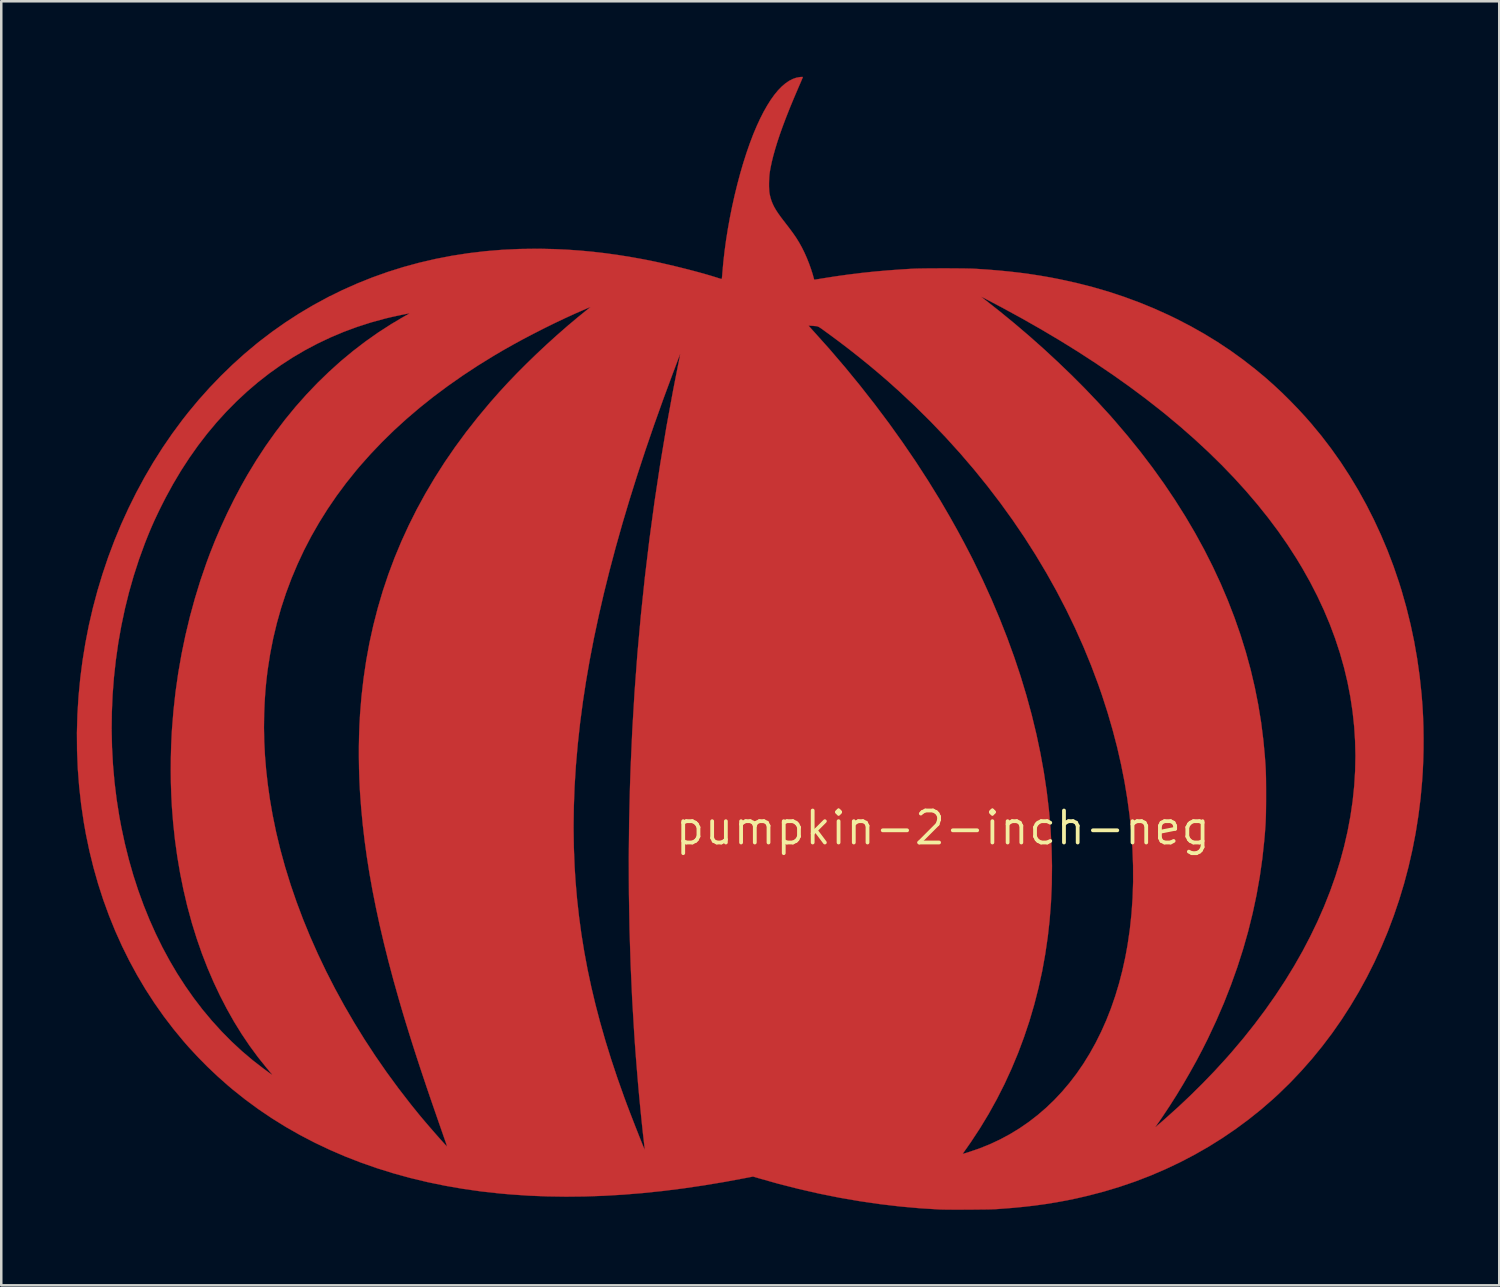
<source format=kicad_pcb>
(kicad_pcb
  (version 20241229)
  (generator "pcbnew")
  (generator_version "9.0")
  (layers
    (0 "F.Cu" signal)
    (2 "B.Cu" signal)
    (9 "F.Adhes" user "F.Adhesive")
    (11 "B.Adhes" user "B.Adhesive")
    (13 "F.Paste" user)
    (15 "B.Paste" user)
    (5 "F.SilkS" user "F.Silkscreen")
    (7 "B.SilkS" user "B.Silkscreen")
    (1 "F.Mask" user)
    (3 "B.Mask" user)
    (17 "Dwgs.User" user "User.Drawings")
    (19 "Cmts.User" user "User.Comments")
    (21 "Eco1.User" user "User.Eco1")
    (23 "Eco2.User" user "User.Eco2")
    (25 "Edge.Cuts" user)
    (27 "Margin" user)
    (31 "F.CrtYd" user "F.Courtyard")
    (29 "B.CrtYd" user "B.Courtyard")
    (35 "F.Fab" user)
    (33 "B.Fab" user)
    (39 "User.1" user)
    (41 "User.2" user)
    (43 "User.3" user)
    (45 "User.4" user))
  (footprint "pumpkin-2-inch-neg"
    (layer "F.Cu")
    (at 34.391 29.825)
    (property "Reference" "pumpkin-2-inch-neg" (at 0 0 0) (layer "F.SilkS") (effects (font (size 1.27 1.27) (thickness 0.15))))
    (attr through_hole)
    (fp_poly (pts (xy -5.566 -29.816) (xy -5.564 -29.807) (xy -5.566 -29.799) (xy -5.573 -29.782) (xy -5.588 -29.745) (xy -5.612 -29.69) (xy -5.641 -29.62) (xy -5.677 -29.538) (xy -5.716 -29.447) (xy -5.753 -29.362) (xy -5.924 -28.961) (xy -6.082 -28.579) (xy -6.225 -28.218) (xy -6.354 -27.876) (xy -6.47 -27.552) (xy -6.572 -27.246) (xy -6.66 -26.959) (xy -6.736 -26.688) (xy -6.798 -26.434) (xy -6.848 -26.196) (xy -6.873 -26.048) (xy -6.886 -25.95) (xy -6.895 -25.838) (xy -6.901 -25.718) (xy -6.904 -25.595) (xy -6.904 -25.474) (xy -6.9 -25.361) (xy -6.893 -25.262) (xy -6.882 -25.181) (xy -6.879 -25.167) (xy -6.849 -25.037) (xy -6.812 -24.914) (xy -6.765 -24.794) (xy -6.708 -24.674) (xy -6.638 -24.55) (xy -6.553 -24.419) (xy -6.453 -24.278) (xy -6.356 -24.149) (xy -6.251 -24.013) (xy -6.159 -23.894) (xy -6.08 -23.79) (xy -6.012 -23.698) (xy -5.952 -23.617) (xy -5.9 -23.542) (xy -5.852 -23.473) (xy -5.808 -23.406) (xy -5.766 -23.338) (xy -5.723 -23.268) (xy -5.702 -23.233) (xy -5.6 -23.049) (xy -5.499 -22.846) (xy -5.403 -22.63) (xy -5.314 -22.407) (xy -5.234 -22.183) (xy -5.165 -21.964) (xy -5.13 -21.834) (xy -5.119 -21.798) (xy -5.11 -21.773) (xy -5.105 -21.768) (xy -5.09 -21.77) (xy -5.055 -21.775) (xy -5.001 -21.784) (xy -4.932 -21.795) (xy -4.853 -21.808) (xy -4.793 -21.818) (xy -4.278 -21.899) (xy -3.765 -21.971) (xy -3.25 -22.035) (xy -2.729 -22.09) (xy -2.195 -22.137) (xy -1.646 -22.177) (xy -1.232 -22.202) (xy -1.154 -22.206) (xy -1.055 -22.209) (xy -0.935 -22.212) (xy -0.799 -22.214) (xy -0.65 -22.216) (xy -0.489 -22.217) (xy -0.32 -22.218) (xy -0.146 -22.219) (xy 0.032 -22.219) (xy 0.208 -22.219) (xy 0.382 -22.218) (xy 0.55 -22.217) (xy 0.71 -22.215) (xy 0.857 -22.214) (xy 0.991 -22.211) (xy 1.108 -22.209) (xy 1.204 -22.206) (xy 1.276 -22.202) (xy 1.749 -22.172) (xy 2.201 -22.135) (xy 2.635 -22.093) (xy 3.054 -22.045) (xy 3.463 -21.99) (xy 3.864 -21.928) (xy 4.262 -21.859) (xy 4.642 -21.785) (xy 5.302 -21.64) (xy 5.946 -21.476) (xy 6.575 -21.293) (xy 7.19 -21.09) (xy 7.794 -20.867) (xy 8.388 -20.624) (xy 8.973 -20.36) (xy 9.277 -20.212) (xy 9.838 -19.922) (xy 10.379 -19.617) (xy 10.903 -19.296) (xy 11.412 -18.958) (xy 11.909 -18.6) (xy 12.396 -18.221) (xy 12.816 -17.872) (xy 13.139 -17.585) (xy 13.466 -17.28) (xy 13.791 -16.959) (xy 14.11 -16.629) (xy 14.418 -16.293) (xy 14.612 -16.072) (xy 15.023 -15.576) (xy 15.417 -15.061) (xy 15.793 -14.53) (xy 16.15 -13.981) (xy 16.49 -13.417) (xy 16.81 -12.838) (xy 17.111 -12.245) (xy 17.392 -11.639) (xy 17.653 -11.021) (xy 17.893 -10.392) (xy 18.111 -9.752) (xy 18.213 -9.426) (xy 18.403 -8.756) (xy 18.569 -8.083) (xy 18.713 -7.404) (xy 18.833 -6.718) (xy 18.931 -6.023) (xy 19.006 -5.318) (xy 19.043 -4.851) (xy 19.066 -4.438) (xy 19.081 -4.007) (xy 19.087 -3.564) (xy 19.085 -3.117) (xy 19.074 -2.67) (xy 19.054 -2.231) (xy 19.03 -1.867) (xy 18.967 -1.17) (xy 18.88 -0.48) (xy 18.772 0.203) (xy 18.641 0.878) (xy 18.489 1.544) (xy 18.315 2.202) (xy 18.119 2.85) (xy 17.903 3.488) (xy 17.667 4.115) (xy 17.409 4.731) (xy 17.132 5.335) (xy 16.835 5.926) (xy 16.519 6.503) (xy 16.183 7.067) (xy 15.829 7.617) (xy 15.456 8.151) (xy 15.064 8.669) (xy 14.655 9.171) (xy 14.227 9.656) (xy 13.783 10.124) (xy 13.321 10.573) (xy 13.119 10.759) (xy 12.637 11.178) (xy 12.138 11.577) (xy 11.624 11.957) (xy 11.095 12.317) (xy 10.552 12.657) (xy 9.994 12.976) (xy 9.423 13.274) (xy 8.839 13.551) (xy 8.243 13.807) (xy 7.635 14.041) (xy 7.015 14.252) (xy 6.385 14.442) (xy 5.766 14.604) (xy 5.343 14.702) (xy 4.923 14.79) (xy 4.502 14.867) (xy 4.077 14.936) (xy 3.643 14.996) (xy 3.197 15.047) (xy 2.736 15.091) (xy 2.255 15.128) (xy 2.083 15.14) (xy 2.024 15.142) (xy 1.942 15.145) (xy 1.84 15.148) (xy 1.722 15.15) (xy 1.589 15.152) (xy 1.446 15.153) (xy 1.293 15.155) (xy 1.135 15.156) (xy 0.974 15.157) (xy 0.813 15.158) (xy 0.655 15.158) (xy 0.502 15.158) (xy 0.358 15.158) (xy 0.225 15.157) (xy 0.106 15.156) (xy 0.004 15.154) (xy -0.078 15.152) (xy -0.127 15.151) (xy -0.911 15.103) (xy -1.703 15.032) (xy -2.502 14.938) (xy -3.305 14.821) (xy -4.112 14.682) (xy -4.92 14.52) (xy -5.729 14.335) (xy -6.538 14.129) (xy -7.328 13.906) (xy -7.538 13.844) (xy -7.796 13.894) (xy -8.649 14.053) (xy -9.486 14.193) (xy -10.308 14.314) (xy -11.116 14.416) (xy -11.911 14.499) (xy -12.692 14.563) (xy -13.462 14.608) (xy -14.22 14.635) (xy -14.968 14.643) (xy -15.707 14.632) (xy -16.436 14.603) (xy -17.158 14.554) (xy -17.602 14.515) (xy -18.336 14.434) (xy -19.058 14.331) (xy -19.767 14.208) (xy -20.462 14.065) (xy -21.145 13.901) (xy -21.814 13.717) (xy -22.469 13.513) (xy -23.11 13.289) (xy -23.737 13.045) (xy -24.348 12.781) (xy -24.945 12.498) (xy -25.527 12.195) (xy -26.093 11.873) (xy -26.643 11.531) (xy -27.178 11.17) (xy -27.696 10.79) (xy -28.197 10.391) (xy -28.397 10.222) (xy -28.801 9.864) (xy -29.198 9.488) (xy -29.583 9.098) (xy -29.952 8.7) (xy -30.147 8.477) (xy -30.556 7.982) (xy -30.946 7.471) (xy -31.316 6.944) (xy -31.667 6.402) (xy -31.997 5.845) (xy -32.307 5.274) (xy -32.596 4.69) (xy -32.865 4.092) (xy -33.112 3.482) (xy -33.339 2.859) (xy -33.544 2.224) (xy -33.727 1.579) (xy -33.889 0.922) (xy -34.028 0.256) (xy -34.111 -0.21) (xy -34.216 -0.917) (xy -34.296 -1.628) (xy -34.351 -2.343) (xy -34.381 -3.062) (xy -34.386 -3.784) (xy -34.383 -3.895) (xy -33.008 -3.895) (xy -32.993 -3.201) (xy -32.955 -2.508) (xy -32.894 -1.818) (xy -32.81 -1.132) (xy -32.703 -0.452) (xy -32.621 -0.013) (xy -32.482 0.631) (xy -32.324 1.262) (xy -32.148 1.879) (xy -31.952 2.482) (xy -31.738 3.071) (xy -31.506 3.645) (xy -31.256 4.204) (xy -30.989 4.748) (xy -30.704 5.275) (xy -30.403 5.786) (xy -30.084 6.279) (xy -29.749 6.756) (xy -29.398 7.215) (xy -29.03 7.655) (xy -28.647 8.077) (xy -28.249 8.48) (xy -27.835 8.864) (xy -27.406 9.227) (xy -26.962 9.571) (xy -26.744 9.728) (xy -26.693 9.764) (xy -26.659 9.787) (xy -26.64 9.799) (xy -26.634 9.8) (xy -26.638 9.792) (xy -26.646 9.78) (xy -26.659 9.764) (xy -26.686 9.732) (xy -26.724 9.686) (xy -26.771 9.629) (xy -26.823 9.566) (xy -26.855 9.529) (xy -27.199 9.1) (xy -27.53 8.65) (xy -27.847 8.18) (xy -28.149 7.691) (xy -28.435 7.183) (xy -28.706 6.659) (xy -28.961 6.118) (xy -29.2 5.561) (xy -29.422 4.989) (xy -29.626 4.403) (xy -29.813 3.804) (xy -29.837 3.719) (xy -30.006 3.097) (xy -30.155 2.459) (xy -30.287 1.808) (xy -30.399 1.148) (xy -30.492 0.479) (xy -30.564 -0.193) (xy -30.613 -0.813) (xy -30.638 -1.289) (xy -30.654 -1.781) (xy -30.66 -2.283) (xy -30.656 -2.788) (xy -30.643 -3.288) (xy -30.62 -3.778) (xy -30.613 -3.893) (xy -30.606 -3.984) (xy -26.959 -3.984) (xy -26.949 -3.435) (xy -26.92 -2.874) (xy -26.873 -2.303) (xy -26.808 -1.727) (xy -26.726 -1.146) (xy -26.626 -0.565) (xy -26.618 -0.521) (xy -26.477 0.167) (xy -26.31 0.858) (xy -26.12 1.55) (xy -25.905 2.244) (xy -25.667 2.937) (xy -25.406 3.631) (xy -25.123 4.322) (xy -24.817 5.011) (xy -24.49 5.697) (xy -24.141 6.379) (xy -23.771 7.056) (xy -23.381 7.727) (xy -22.971 8.392) (xy -22.541 9.049) (xy -22.092 9.697) (xy -21.624 10.336) (xy -21.138 10.965) (xy -20.798 11.386) (xy -20.731 11.466) (xy -20.657 11.555) (xy -20.576 11.65) (xy -20.491 11.749) (xy -20.404 11.851) (xy -20.314 11.954) (xy -20.226 12.056) (xy -20.139 12.156) (xy -20.055 12.251) (xy -19.976 12.34) (xy -19.904 12.421) (xy -19.839 12.493) (xy -19.785 12.553) (xy -19.741 12.599) (xy -19.71 12.631) (xy -19.693 12.646) (xy -19.691 12.647) (xy -19.693 12.634) (xy -19.703 12.602) (xy -19.718 12.556) (xy -19.736 12.503) (xy -19.749 12.465) (xy -19.77 12.406) (xy -19.797 12.328) (xy -19.83 12.234) (xy -19.867 12.127) (xy -19.908 12.009) (xy -19.951 11.884) (xy -19.997 11.754) (xy -20.028 11.665) (xy -20.191 11.194) (xy -20.346 10.745) (xy -20.492 10.316) (xy -20.63 9.905) (xy -20.762 9.509) (xy -20.887 9.128) (xy -21.006 8.759) (xy -21.12 8.401) (xy -21.229 8.051) (xy -21.335 7.708) (xy -21.437 7.37) (xy -21.536 7.035) (xy -21.609 6.783) (xy -21.823 6.023) (xy -22.02 5.281) (xy -22.201 4.556) (xy -22.367 3.847) (xy -22.516 3.153) (xy -22.651 2.472) (xy -22.77 1.804) (xy -22.874 1.147) (xy -22.963 0.5) (xy -23.025 -0.037) (xy -14.666 -0.037) (xy -14.655 0.757) (xy -14.624 1.543) (xy -14.586 2.134) (xy -14.526 2.832) (xy -14.448 3.528) (xy -14.354 4.223) (xy -14.241 4.919) (xy -14.111 5.616) (xy -13.962 6.316) (xy -13.794 7.022) (xy -13.607 7.734) (xy -13.401 8.453) (xy -13.175 9.182) (xy -12.929 9.922) (xy -12.662 10.675) (xy -12.576 10.909) (xy -12.538 11.011) (xy -12.495 11.123) (xy -12.449 11.245) (xy -12.4 11.373) (xy -12.348 11.506) (xy -12.295 11.643) (xy -12.242 11.78) (xy -12.189 11.916) (xy -12.136 12.049) (xy -12.086 12.177) (xy -12.038 12.298) (xy -11.993 12.41) (xy -11.953 12.51) (xy -11.918 12.597) (xy -11.888 12.669) (xy -11.865 12.723) (xy -11.849 12.759) (xy -11.842 12.773) (xy -11.841 12.773) (xy -11.842 12.759) (xy -11.844 12.725) (xy -11.85 12.672) (xy -11.857 12.606) (xy -11.865 12.529) (xy -11.868 12.503) (xy -11.918 12.065) (xy -11.966 11.605) (xy -12.014 11.128) (xy -12.061 10.636) (xy -12.106 10.133) (xy -12.148 9.623) (xy -12.189 9.11) (xy -12.227 8.597) (xy -12.255 8.185) (xy -12.337 6.813) (xy -12.399 5.426) (xy -12.443 4.027) (xy -12.467 2.619) (xy -12.473 1.203) (xy -12.459 -0.218) (xy -12.425 -1.64) (xy -12.401 -2.362) (xy -12.333 -3.886) (xy -12.242 -5.409) (xy -12.129 -6.929) (xy -11.992 -8.446) (xy -11.833 -9.959) (xy -11.652 -11.465) (xy -11.449 -12.963) (xy -11.224 -14.453) (xy -10.977 -15.932) (xy -10.708 -17.4) (xy -10.547 -18.218) (xy -10.524 -18.337) (xy -10.501 -18.448) (xy -10.481 -18.55) (xy -10.464 -18.638) (xy -10.45 -18.712) (xy -10.439 -18.768) (xy -10.433 -18.804) (xy -10.431 -18.817) (xy -10.431 -18.817) (xy -10.436 -18.808) (xy -10.449 -18.779) (xy -10.466 -18.736) (xy -10.48 -18.697) (xy -10.495 -18.659) (xy -10.517 -18.599) (xy -10.546 -18.523) (xy -10.58 -18.433) (xy -10.618 -18.331) (xy -10.659 -18.222) (xy -10.702 -18.109) (xy -10.723 -18.053) (xy -11.106 -17.018) (xy -11.47 -15.998) (xy -11.814 -14.995) (xy -12.138 -14.008) (xy -12.443 -13.036) (xy -12.728 -12.081) (xy -12.993 -11.141) (xy -13.238 -10.217) (xy -13.464 -9.309) (xy -13.669 -8.417) (xy -13.856 -7.541) (xy -14.022 -6.681) (xy -14.169 -5.836) (xy -14.293 -5.029) (xy -14.407 -4.166) (xy -14.5 -3.316) (xy -14.573 -2.479) (xy -14.625 -1.654) (xy -14.655 -0.84) (xy -14.666 -0.037) (xy -23.025 -0.037) (xy -23.037 -0.138) (xy -23.097 -0.769) (xy -23.143 -1.392) (xy -23.152 -1.537) (xy -23.171 -1.947) (xy -23.184 -2.371) (xy -23.19 -2.802) (xy -23.19 -3.233) (xy -23.182 -3.659) (xy -23.168 -4.073) (xy -23.146 -4.469) (xy -23.146 -4.483) (xy -23.087 -5.214) (xy -23.004 -5.935) (xy -22.899 -6.646) (xy -22.77 -7.349) (xy -22.617 -8.042) (xy -22.441 -8.727) (xy -22.242 -9.403) (xy -22.019 -10.07) (xy -21.772 -10.729) (xy -21.501 -11.379) (xy -21.206 -12.022) (xy -20.888 -12.656) (xy -20.545 -13.283) (xy -20.178 -13.902) (xy -19.788 -14.514) (xy -19.373 -15.118) (xy -18.933 -15.716) (xy -18.469 -16.306) (xy -17.981 -16.89) (xy -17.628 -17.291) (xy -17.282 -17.668) (xy -16.916 -18.05) (xy -16.533 -18.434) (xy -16.137 -18.818) (xy -15.732 -19.197) (xy -15.321 -19.569) (xy -14.908 -19.93) (xy -14.89 -19.945) (xy -5.332 -19.945) (xy -5.325 -19.934) (xy -5.304 -19.908) (xy -5.269 -19.869) (xy -5.225 -19.819) (xy -5.173 -19.761) (xy -5.142 -19.727) (xy -4.505 -19.016) (xy -3.886 -18.293) (xy -3.285 -17.559) (xy -2.703 -16.816) (xy -2.14 -16.065) (xy -1.599 -15.308) (xy -1.079 -14.546) (xy -0.582 -13.779) (xy -0.108 -13.01) (xy 0.262 -12.376) (xy 0.56 -11.846) (xy 0.841 -11.326) (xy 1.108 -10.813) (xy 1.21 -10.611) (xy 1.581 -9.845) (xy 1.929 -9.079) (xy 2.253 -8.312) (xy 2.555 -7.545) (xy 2.833 -6.779) (xy 3.088 -6.014) (xy 3.319 -5.25) (xy 3.527 -4.487) (xy 3.711 -3.727) (xy 3.871 -2.969) (xy 4.008 -2.214) (xy 4.121 -1.462) (xy 4.21 -0.713) (xy 4.275 0.031) (xy 4.315 0.772) (xy 4.332 1.507) (xy 4.324 2.238) (xy 4.292 2.962) (xy 4.236 3.682) (xy 4.165 4.318) (xy 4.065 5.004) (xy 3.943 5.683) (xy 3.796 6.353) (xy 3.627 7.015) (xy 3.436 7.667) (xy 3.221 8.309) (xy 2.985 8.94) (xy 2.726 9.561) (xy 2.446 10.17) (xy 2.144 10.766) (xy 1.821 11.35) (xy 1.476 11.92) (xy 1.111 12.476) (xy 0.928 12.738) (xy 0.878 12.808) (xy 0.842 12.859) (xy 0.816 12.895) (xy 0.801 12.919) (xy 0.793 12.933) (xy 0.791 12.939) (xy 0.794 12.941) (xy 0.797 12.941) (xy 0.812 12.938) (xy 0.847 12.928) (xy 0.898 12.913) (xy 0.961 12.894) (xy 1.011 12.879) (xy 1.442 12.732) (xy 1.861 12.564) (xy 2.267 12.374) (xy 2.66 12.163) (xy 3.041 11.931) (xy 3.408 11.678) (xy 3.761 11.405) (xy 4.101 11.112) (xy 4.427 10.799) (xy 4.738 10.467) (xy 5.034 10.117) (xy 5.316 9.748) (xy 5.582 9.36) (xy 5.832 8.955) (xy 6.067 8.533) (xy 6.286 8.093) (xy 6.489 7.637) (xy 6.675 7.165) (xy 6.844 6.676) (xy 6.996 6.172) (xy 7.13 5.653) (xy 7.247 5.118) (xy 7.334 4.642) (xy 7.423 4.032) (xy 7.489 3.411) (xy 7.533 2.781) (xy 7.554 2.141) (xy 7.552 1.494) (xy 7.528 0.839) (xy 7.482 0.178) (xy 7.414 -0.49) (xy 7.323 -1.163) (xy 7.211 -1.84) (xy 7.076 -2.52) (xy 6.92 -3.204) (xy 6.741 -3.89) (xy 6.541 -4.578) (xy 6.319 -5.266) (xy 6.172 -5.69) (xy 5.888 -6.447) (xy 5.58 -7.198) (xy 5.247 -7.942) (xy 4.891 -8.678) (xy 4.512 -9.407) (xy 4.11 -10.126) (xy 3.685 -10.837) (xy 3.238 -11.538) (xy 2.769 -12.228) (xy 2.278 -12.909) (xy 1.766 -13.578) (xy 1.233 -14.236) (xy 0.679 -14.882) (xy 0.106 -15.515) (xy -0.488 -16.136) (xy -1.102 -16.743) (xy -1.734 -17.336) (xy -2.21 -17.762) (xy -2.568 -18.07) (xy -2.943 -18.384) (xy -3.33 -18.697) (xy -3.722 -19.006) (xy -4.115 -19.306) (xy -4.501 -19.592) (xy -4.54 -19.621) (xy -4.642 -19.694) (xy -4.725 -19.755) (xy -4.792 -19.804) (xy -4.847 -19.842) (xy -4.891 -19.871) (xy -4.927 -19.892) (xy -4.958 -19.907) (xy -4.987 -19.917) (xy -5.016 -19.923) (xy -5.047 -19.927) (xy -5.084 -19.929) (xy -5.129 -19.932) (xy -5.143 -19.934) (xy -5.209 -19.939) (xy -5.264 -19.942) (xy -5.306 -19.945) (xy -5.329 -19.945) (xy -5.332 -19.945) (xy -14.89 -19.945) (xy -14.496 -20.276) (xy -14.161 -20.548) (xy -14.091 -20.604) (xy -14.04 -20.646) (xy -14.008 -20.673) (xy -13.996 -20.686) (xy -14.002 -20.685) (xy -14.017 -20.678) (xy -14.052 -20.663) (xy -14.101 -20.642) (xy -14.16 -20.617) (xy -14.186 -20.606) (xy -14.584 -20.432) (xy -14.996 -20.244) (xy -15.416 -20.045) (xy -15.84 -19.836) (xy -16.263 -19.62) (xy -16.681 -19.401) (xy -17.087 -19.179) (xy -17.478 -18.958) (xy -17.824 -18.754) (xy -18.46 -18.362) (xy -19.071 -17.96) (xy -19.66 -17.547) (xy -20.226 -17.125) (xy -20.769 -16.692) (xy -21.29 -16.248) (xy -21.789 -15.794) (xy -22.265 -15.328) (xy -22.72 -14.852) (xy -23.153 -14.365) (xy -23.294 -14.198) (xy -23.697 -13.696) (xy -24.077 -13.184) (xy -24.434 -12.661) (xy -24.767 -12.129) (xy -25.078 -11.587) (xy -25.365 -11.035) (xy -25.628 -10.473) (xy -25.868 -9.903) (xy -26.085 -9.323) (xy -26.278 -8.735) (xy -26.447 -8.137) (xy -26.592 -7.532) (xy -26.713 -6.918) (xy -26.81 -6.296) (xy -26.828 -6.155) (xy -26.857 -5.915) (xy -26.881 -5.681) (xy -26.902 -5.447) (xy -26.919 -5.208) (xy -26.934 -4.958) (xy -26.945 -4.691) (xy -26.952 -4.519) (xy -26.959 -3.984) (xy -30.606 -3.984) (xy -30.553 -4.647) (xy -30.47 -5.401) (xy -30.363 -6.153) (xy -30.232 -6.901) (xy -30.078 -7.644) (xy -29.902 -8.38) (xy -29.703 -9.107) (xy -29.483 -9.825) (xy -29.24 -10.531) (xy -29.112 -10.878) (xy -28.894 -11.427) (xy -28.658 -11.975) (xy -28.407 -12.519) (xy -28.143 -13.052) (xy -27.869 -13.57) (xy -27.608 -14.032) (xy -27.258 -14.607) (xy -26.893 -15.164) (xy -26.511 -15.702) (xy -26.115 -16.222) (xy -25.703 -16.724) (xy -25.276 -17.205) (xy -24.835 -17.667) (xy -24.379 -18.109) (xy -23.911 -18.531) (xy -23.429 -18.931) (xy -22.934 -19.311) (xy -22.426 -19.669) (xy -21.906 -20.004) (xy -21.497 -20.248) (xy -21.427 -20.288) (xy -21.361 -20.326) (xy -21.304 -20.358) (xy -21.259 -20.383) (xy -21.233 -20.397) (xy -21.203 -20.414) (xy -21.187 -20.425) (xy -21.186 -20.428) (xy -21.2 -20.428) (xy -21.237 -20.423) (xy -21.292 -20.413) (xy -21.363 -20.399) (xy -21.447 -20.383) (xy -21.541 -20.363) (xy -21.641 -20.342) (xy -21.746 -20.319) (xy -21.851 -20.296) (xy -21.954 -20.272) (xy -22.052 -20.249) (xy -22.142 -20.227) (xy -22.155 -20.224) (xy -22.713 -20.071) (xy -23.259 -19.895) (xy -23.794 -19.697) (xy -24.318 -19.476) (xy -24.829 -19.234) (xy -25.328 -18.97) (xy -25.814 -18.684) (xy -26.287 -18.377) (xy -26.748 -18.049) (xy -27.195 -17.7) (xy -27.628 -17.33) (xy -28.047 -16.94) (xy -28.452 -16.53) (xy -28.843 -16.1) (xy -29.218 -15.651) (xy -29.579 -15.181) (xy -29.924 -14.693) (xy -30.254 -14.185) (xy -30.567 -13.659) (xy -30.865 -13.114) (xy -31.005 -12.84) (xy -31.12 -12.608) (xy -31.223 -12.392) (xy -31.319 -12.187) (xy -31.408 -11.986) (xy -31.495 -11.784) (xy -31.58 -11.575) (xy -31.668 -11.354) (xy -31.694 -11.286) (xy -31.924 -10.656) (xy -32.132 -10.013) (xy -32.318 -9.36) (xy -32.482 -8.698) (xy -32.624 -8.027) (xy -32.744 -7.349) (xy -32.841 -6.665) (xy -32.917 -5.976) (xy -32.97 -5.284) (xy -33 -4.59) (xy -33.008 -3.895) (xy -34.383 -3.895) (xy -34.366 -4.509) (xy -34.321 -5.235) (xy -34.251 -5.964) (xy -34.163 -6.643) (xy -34.049 -7.346) (xy -33.913 -8.043) (xy -33.753 -8.733) (xy -33.571 -9.416) (xy -33.367 -10.091) (xy -33.142 -10.757) (xy -32.895 -11.413) (xy -32.628 -12.058) (xy -32.339 -12.691) (xy -32.031 -13.312) (xy -31.703 -13.919) (xy -31.356 -14.513) (xy -30.989 -15.091) (xy -30.604 -15.653) (xy -30.201 -16.198) (xy -29.966 -16.497) (xy -29.552 -16.995) (xy -29.12 -17.478) (xy -28.673 -17.944) (xy -28.212 -18.391) (xy -27.739 -18.818) (xy -27.256 -19.223) (xy -27.153 -19.306) (xy -26.632 -19.703) (xy -26.099 -20.078) (xy -25.553 -20.431) (xy -24.996 -20.761) (xy -24.427 -21.069) (xy -24.383 -21.091) (xy 1.524 -21.091) (xy 1.534 -21.082) (xy 1.56 -21.06) (xy 1.6 -21.028) (xy 1.65 -20.989) (xy 1.686 -20.961) (xy 2.277 -20.495) (xy 2.862 -20.015) (xy 3.44 -19.522) (xy 4.007 -19.018) (xy 4.561 -18.505) (xy 5.101 -17.987) (xy 5.623 -17.464) (xy 6.125 -16.938) (xy 6.606 -16.414) (xy 6.802 -16.192) (xy 7.333 -15.569) (xy 7.84 -14.941) (xy 8.323 -14.306) (xy 8.782 -13.666) (xy 9.216 -13.02) (xy 9.627 -12.369) (xy 10.013 -11.713) (xy 10.375 -11.051) (xy 10.712 -10.385) (xy 11.025 -9.713) (xy 11.313 -9.037) (xy 11.576 -8.357) (xy 11.815 -7.672) (xy 12.029 -6.982) (xy 12.219 -6.289) (xy 12.383 -5.591) (xy 12.522 -4.89) (xy 12.637 -4.185) (xy 12.726 -3.476) (xy 12.782 -2.877) (xy 12.792 -2.741) (xy 12.801 -2.619) (xy 12.809 -2.506) (xy 12.815 -2.4) (xy 12.82 -2.296) (xy 12.824 -2.191) (xy 12.827 -2.082) (xy 12.83 -1.966) (xy 12.831 -1.838) (xy 12.832 -1.697) (xy 12.833 -1.538) (xy 12.833 -1.357) (xy 12.833 -1.302) (xy 12.833 -1.099) (xy 12.832 -0.918) (xy 12.83 -0.755) (xy 12.828 -0.607) (xy 12.825 -0.47) (xy 12.82 -0.341) (xy 12.815 -0.215) (xy 12.808 -0.09) (xy 12.799 0.038) (xy 12.789 0.173) (xy 12.777 0.319) (xy 12.763 0.478) (xy 12.763 0.483) (xy 12.685 1.211) (xy 12.582 1.937) (xy 12.454 2.66) (xy 12.301 3.382) (xy 12.123 4.101) (xy 11.919 4.818) (xy 11.691 5.531) (xy 11.437 6.242) (xy 11.159 6.95) (xy 10.855 7.654) (xy 10.527 8.354) (xy 10.525 8.36) (xy 10.301 8.805) (xy 10.062 9.258) (xy 9.809 9.712) (xy 9.547 10.164) (xy 9.278 10.609) (xy 9.004 11.04) (xy 8.729 11.454) (xy 8.584 11.666) (xy 8.54 11.728) (xy 8.502 11.783) (xy 8.47 11.829) (xy 8.448 11.861) (xy 8.439 11.875) (xy 8.438 11.879) (xy 8.446 11.875) (xy 8.463 11.862) (xy 8.491 11.839) (xy 8.532 11.804) (xy 8.586 11.758) (xy 8.655 11.698) (xy 8.741 11.623) (xy 8.844 11.533) (xy 8.845 11.532) (xy 9.345 11.082) (xy 9.837 10.618) (xy 10.318 10.142) (xy 10.784 9.659) (xy 11.23 9.172) (xy 11.457 8.915) (xy 11.929 8.357) (xy 12.378 7.792) (xy 12.805 7.222) (xy 13.209 6.647) (xy 13.59 6.067) (xy 13.948 5.483) (xy 14.282 4.895) (xy 14.592 4.303) (xy 14.878 3.709) (xy 15.14 3.112) (xy 15.377 2.513) (xy 15.59 1.912) (xy 15.777 1.31) (xy 15.932 0.737) (xy 16.07 0.135) (xy 16.183 -0.466) (xy 16.271 -1.066) (xy 16.333 -1.666) (xy 16.37 -2.265) (xy 16.382 -2.862) (xy 16.368 -3.458) (xy 16.332 -4.023) (xy 16.269 -4.613) (xy 16.181 -5.2) (xy 16.068 -5.784) (xy 15.93 -6.364) (xy 15.766 -6.942) (xy 15.578 -7.516) (xy 15.365 -8.087) (xy 15.126 -8.654) (xy 14.863 -9.217) (xy 14.575 -9.777) (xy 14.262 -10.332) (xy 14.036 -10.706) (xy 13.685 -11.25) (xy 13.309 -11.79) (xy 12.908 -12.325) (xy 12.482 -12.856) (xy 12.033 -13.382) (xy 11.559 -13.903) (xy 11.062 -14.419) (xy 10.541 -14.929) (xy 9.996 -15.434) (xy 9.429 -15.932) (xy 8.839 -16.425) (xy 8.661 -16.568) (xy 8.049 -17.047) (xy 7.414 -17.52) (xy 6.756 -17.987) (xy 6.076 -18.448) (xy 5.374 -18.904) (xy 4.647 -19.355) (xy 3.897 -19.8) (xy 3.123 -20.24) (xy 2.324 -20.676) (xy 1.749 -20.979) (xy 1.681 -21.015) (xy 1.621 -21.045) (xy 1.573 -21.069) (xy 1.539 -21.085) (xy 1.524 -21.091) (xy 1.524 -21.091) (xy -24.383 -21.091) (xy -23.847 -21.355) (xy -23.256 -21.618) (xy -22.654 -21.859) (xy -22.042 -22.077) (xy -21.42 -22.272) (xy -20.788 -22.444) (xy -20.147 -22.593) (xy -19.496 -22.719) (xy -18.837 -22.821) (xy -18.169 -22.9) (xy -17.493 -22.956) (xy -16.81 -22.988) (xy -16.118 -22.997) (xy -15.932 -22.995) (xy -15.417 -22.983) (xy -14.913 -22.96) (xy -14.415 -22.925) (xy -13.917 -22.879) (xy -13.416 -22.821) (xy -12.908 -22.751) (xy -12.386 -22.667) (xy -11.902 -22.58) (xy -11.676 -22.536) (xy -11.435 -22.486) (xy -11.183 -22.431) (xy -10.923 -22.371) (xy -10.659 -22.309) (xy -10.394 -22.244) (xy -10.132 -22.178) (xy -9.875 -22.111) (xy -9.628 -22.044) (xy -9.394 -21.978) (xy -9.176 -21.914) (xy -8.979 -21.853) (xy -8.886 -21.823) (xy -8.84 -21.809) (xy -8.803 -21.8) (xy -8.782 -21.797) (xy -8.78 -21.797) (xy -8.777 -21.812) (xy -8.773 -21.847) (xy -8.767 -21.9) (xy -8.761 -21.966) (xy -8.756 -22.041) (xy -8.755 -22.043) (xy -8.718 -22.466) (xy -8.669 -22.899) (xy -8.609 -23.341) (xy -8.538 -23.787) (xy -8.457 -24.236) (xy -8.367 -24.684) (xy -8.268 -25.128) (xy -8.161 -25.564) (xy -8.047 -25.991) (xy -7.926 -26.405) (xy -7.799 -26.803) (xy -7.667 -27.183) (xy -7.531 -27.54) (xy -7.518 -27.572) (xy -7.385 -27.886) (xy -7.25 -28.177) (xy -7.113 -28.445) (xy -6.974 -28.69) (xy -6.834 -28.912) (xy -6.692 -29.11) (xy -6.549 -29.284) (xy -6.404 -29.434) (xy -6.259 -29.559) (xy -6.113 -29.661) (xy -5.966 -29.737) (xy -5.819 -29.789) (xy -5.672 -29.815) (xy -5.659 -29.816) (xy -5.609 -29.819) (xy -5.58 -29.82) (xy -5.566 -29.816)) (stroke (width 0.01) (type solid)) (fill yes) (layer "F.Cu")))
  (gr_rect
    (start -3 -3)
    (end 56.483 47.988)
    (stroke (width 0.1) (type default))
    (fill no)
    (layer "Edge.Cuts")))
</source>
